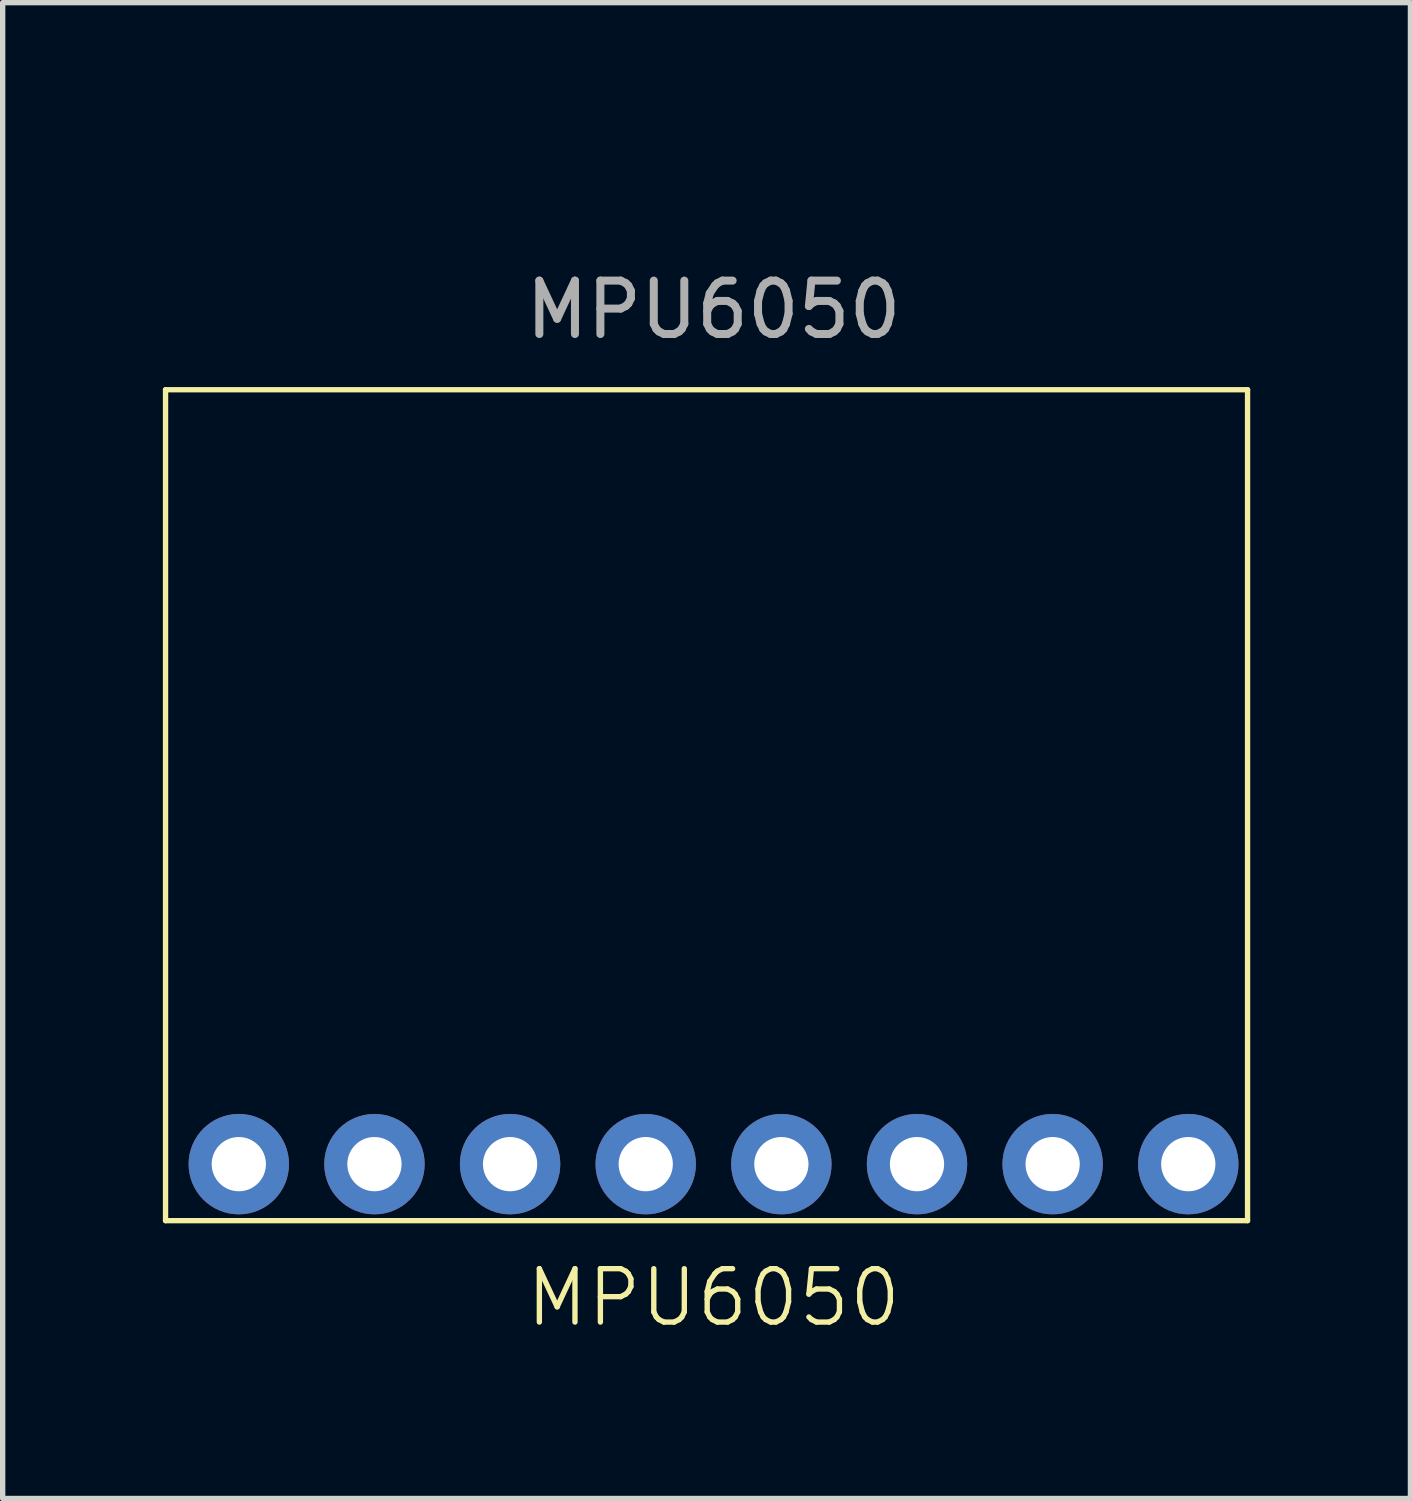
<source format=kicad_pcb>
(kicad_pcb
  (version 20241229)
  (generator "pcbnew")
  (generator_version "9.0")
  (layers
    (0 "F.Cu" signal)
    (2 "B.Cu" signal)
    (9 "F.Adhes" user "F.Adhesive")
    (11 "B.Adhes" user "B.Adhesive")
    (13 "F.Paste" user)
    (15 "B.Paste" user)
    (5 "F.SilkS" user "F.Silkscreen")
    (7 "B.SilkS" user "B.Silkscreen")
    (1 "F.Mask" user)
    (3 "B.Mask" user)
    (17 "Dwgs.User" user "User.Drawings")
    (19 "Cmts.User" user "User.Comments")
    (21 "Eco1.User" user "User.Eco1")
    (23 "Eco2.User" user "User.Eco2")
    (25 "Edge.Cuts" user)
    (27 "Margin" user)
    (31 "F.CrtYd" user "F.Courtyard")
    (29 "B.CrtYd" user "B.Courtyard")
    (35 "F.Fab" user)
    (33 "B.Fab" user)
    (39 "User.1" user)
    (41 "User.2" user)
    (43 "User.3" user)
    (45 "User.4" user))
  (footprint "MPU6050"
    (layer "F.Cu")
    (at 10.312 0.25)
    (property "Reference" "MPU6050" (at 0 21 0) (unlocked yes) (layer "F.SilkS") (effects (font (size 1 1) (thickness 0.1))))
    (attr through_hole)
    (fp_line (start -10.262 3.998) (end 10 3.998) (stroke (width 0.1) (type default)) (layer "F.SilkS"))
    (fp_line (start -10.262 19.558) (end -10.262 3.998) (stroke (width 0.1) (type default)) (layer "F.SilkS"))
    (fp_line (start 10 3.998) (end 10 19.558) (stroke (width 0.1) (type default)) (layer "F.SilkS"))
    (fp_line (start 10 19.558) (end -10.262 19.558) (stroke (width 0.1) (type default)) (layer "F.SilkS"))
    (fp_text user "${REFERENCE}" (at 0 2.5 0) (unlocked yes) (layer "F.Fab") (effects (font (size 1 1) (thickness 0.15))))
    (pad "1" thru_hole circle (at -8.89 18.5) (size 1.88 1.88) (drill 1.016) (layers "*.Cu" "*.Mask"))
    (pad "2" thru_hole circle (at -6.35 18.5) (size 1.88 1.88) (drill 1.016) (layers "*.Cu" "*.Mask"))
    (pad "3" thru_hole circle (at -3.81 18.5) (size 1.88 1.88) (drill 1.016) (layers "*.Cu" "*.Mask"))
    (pad "4" thru_hole circle (at -1.27 18.5) (size 1.88 1.88) (drill 1.016) (layers "*.Cu" "*.Mask"))
    (pad "5" thru_hole circle (at 1.27 18.5) (size 1.88 1.88) (drill 1.016) (layers "*.Cu" "*.Mask"))
    (pad "6" thru_hole circle (at 3.81 18.5) (size 1.88 1.88) (drill 1.016) (layers "*.Cu" "*.Mask"))
    (pad "7" thru_hole circle (at 6.35 18.5) (size 1.88 1.88) (drill 1.016) (layers "*.Cu" "*.Mask"))
    (pad "8" thru_hole circle (at 8.89 18.5) (size 1.88 1.88) (drill 1.016) (layers "*.Cu" "*.Mask"))
    (zone (net_name "") (layer "F.SilkS") (hatch edge 0.5) (connect_pads) (min_thickness 0.25) (filled_areas_thickness no) (keepout (tracks allowed) (vias allowed) (pads not_allowed) (copperpour allowed) (footprints not_allowed)) (placement (enabled no)) (fill) (polygon (pts (xy 0.05 4.248) (xy 20.312 4.248) (xy 20.312 19.808) (xy 0.05 19.808)))))
  (gr_rect
    (start -3 -3)
    (end 23.362 25.011)
    (stroke (width 0.1) (type default))
    (fill no)
    (layer "Edge.Cuts")))
</source>
